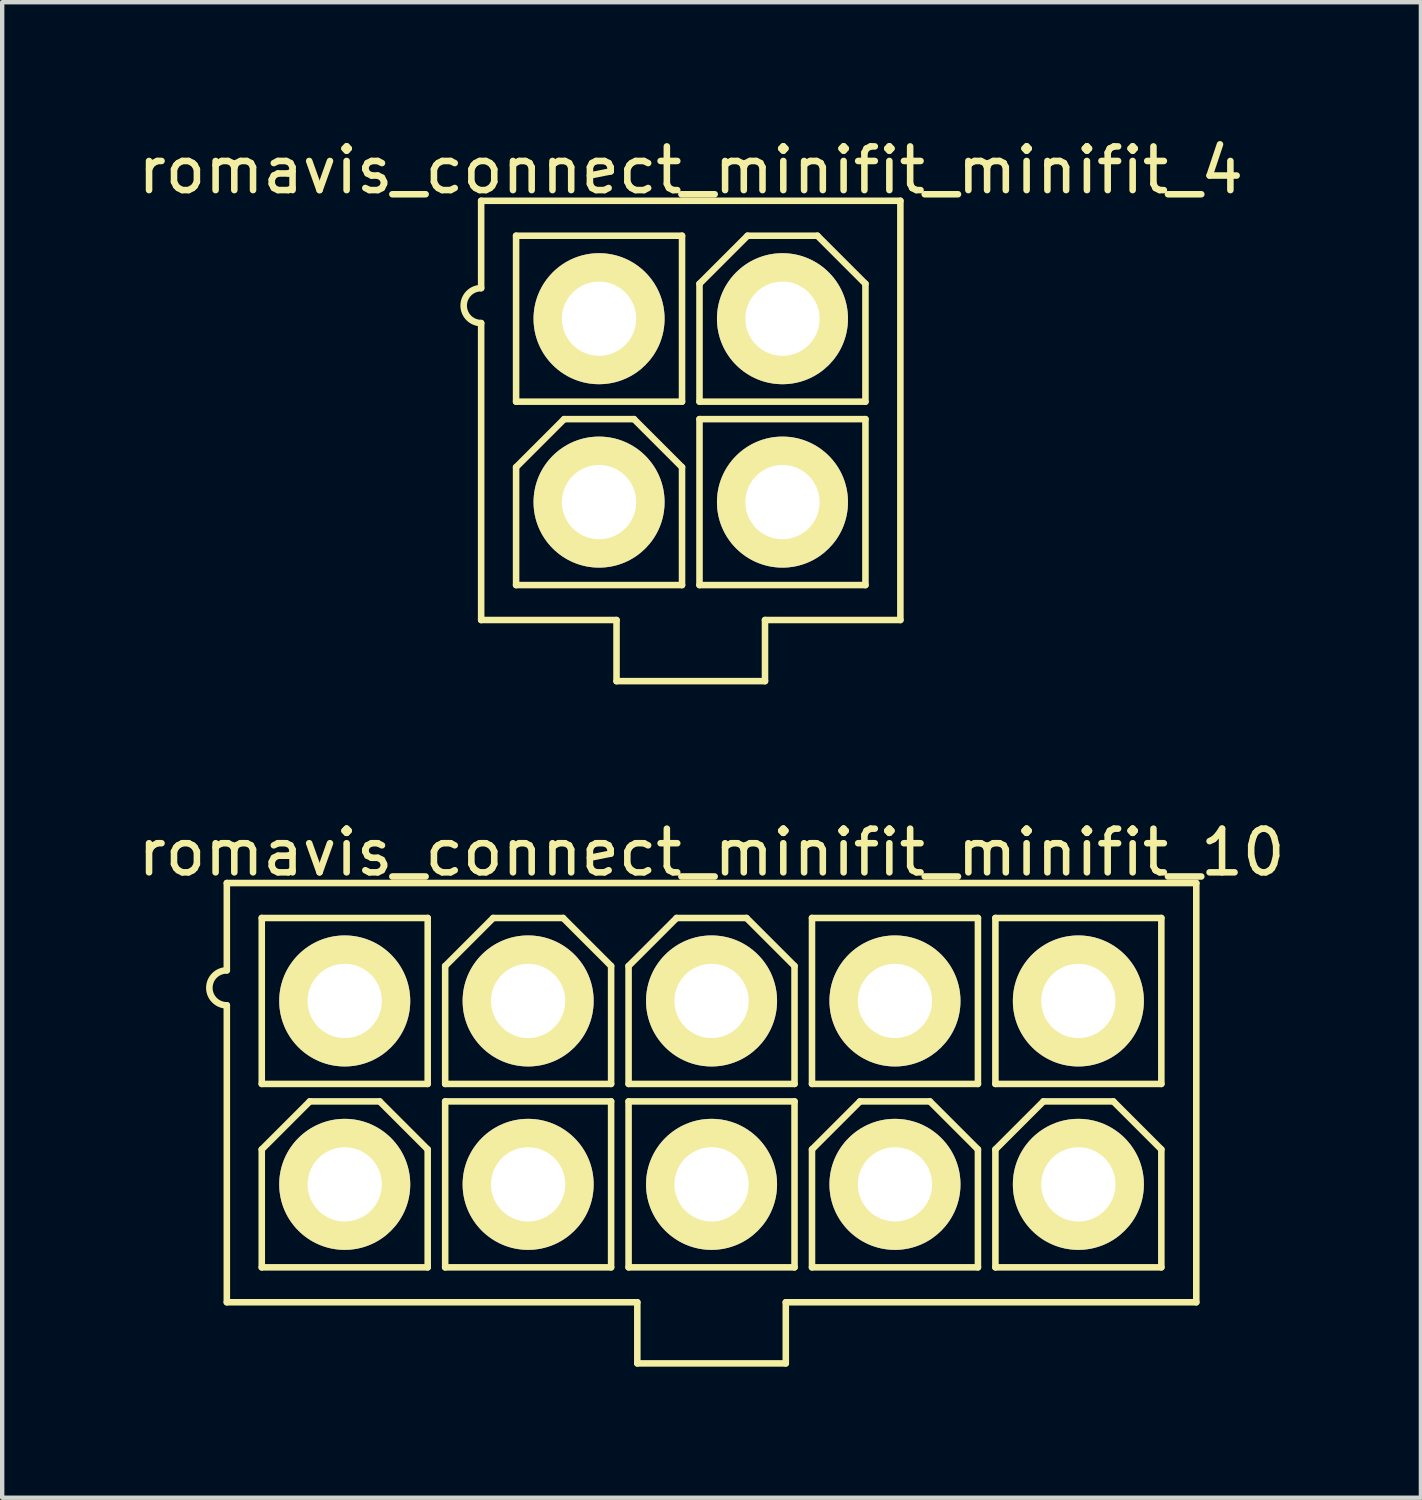
<source format=kicad_pcb>
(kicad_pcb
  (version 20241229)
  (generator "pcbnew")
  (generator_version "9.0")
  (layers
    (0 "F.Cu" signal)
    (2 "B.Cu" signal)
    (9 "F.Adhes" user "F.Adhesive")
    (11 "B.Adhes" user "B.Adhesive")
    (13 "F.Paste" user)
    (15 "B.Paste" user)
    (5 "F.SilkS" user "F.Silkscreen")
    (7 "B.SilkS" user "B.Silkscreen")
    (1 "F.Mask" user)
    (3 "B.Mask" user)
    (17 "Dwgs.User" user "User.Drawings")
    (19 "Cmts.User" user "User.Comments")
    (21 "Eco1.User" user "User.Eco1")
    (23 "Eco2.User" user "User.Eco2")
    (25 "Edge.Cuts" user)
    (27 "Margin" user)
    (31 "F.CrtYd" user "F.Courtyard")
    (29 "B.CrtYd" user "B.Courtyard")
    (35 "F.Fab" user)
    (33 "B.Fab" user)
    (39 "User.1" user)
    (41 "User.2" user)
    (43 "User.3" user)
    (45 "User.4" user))
  (footprint "romavis_connect_minifit_minifit_10"
    (layer "F.Cu")
    (at 13.244 21.971)
    (property "Reference" "romavis_connect_minifit_minifit_10" (at 0 -5.5 0) (layer "F.SilkS") (effects (font (size 1 1) (thickness 0.15))))
    (attr through_hole)
    (fp_line (start -11.1 -4.8) (end -11.1 -2.8) (stroke (width 0.15) (type solid)) (layer "F.SilkS"))
    (fp_line (start -11.1 -4.8) (end 11.1 -4.8) (stroke (width 0.15) (type solid)) (layer "F.SilkS"))
    (fp_line (start -11.1 -2) (end -11.1 4.8) (stroke (width 0.15) (type solid)) (layer "F.SilkS"))
    (fp_line (start -11.1 4.8) (end -1.7 4.8) (stroke (width 0.15) (type solid)) (layer "F.SilkS"))
    (fp_line (start -10.3 -4) (end -10.3 -0.2) (stroke (width 0.15) (type solid)) (layer "F.SilkS"))
    (fp_line (start -10.3 -0.2) (end -6.5 -0.2) (stroke (width 0.15) (type solid)) (layer "F.SilkS"))
    (fp_line (start -10.3 1.3) (end -10.3 4) (stroke (width 0.15) (type solid)) (layer "F.SilkS"))
    (fp_line (start -9.2 0.2) (end -10.3 1.3) (stroke (width 0.15) (type solid)) (layer "F.SilkS"))
    (fp_line (start -9.2 0.2) (end -7.6 0.2) (stroke (width 0.15) (type solid)) (layer "F.SilkS"))
    (fp_line (start -7.6 0.2) (end -6.5 1.3) (stroke (width 0.15) (type solid)) (layer "F.SilkS"))
    (fp_line (start -6.5 -4) (end -10.3 -4) (stroke (width 0.15) (type solid)) (layer "F.SilkS"))
    (fp_line (start -6.5 -0.2) (end -6.5 -4) (stroke (width 0.15) (type solid)) (layer "F.SilkS"))
    (fp_line (start -6.5 1.3) (end -6.5 4) (stroke (width 0.15) (type solid)) (layer "F.SilkS"))
    (fp_line (start -6.5 4) (end -10.3 4) (stroke (width 0.15) (type solid)) (layer "F.SilkS"))
    (fp_line (start -6.1 -2.9) (end -6.1 -0.2) (stroke (width 0.15) (type solid)) (layer "F.SilkS"))
    (fp_line (start -6.1 0.2) (end -6.1 4) (stroke (width 0.15) (type solid)) (layer "F.SilkS"))
    (fp_line (start -6.1 4) (end -2.3 4) (stroke (width 0.15) (type solid)) (layer "F.SilkS"))
    (fp_line (start -5 -4) (end -6.1 -2.9) (stroke (width 0.15) (type solid)) (layer "F.SilkS"))
    (fp_line (start -5 -4) (end -3.4 -4) (stroke (width 0.15) (type solid)) (layer "F.SilkS"))
    (fp_line (start -3.4 -4) (end -2.3 -2.9) (stroke (width 0.15) (type solid)) (layer "F.SilkS"))
    (fp_line (start -2.3 -2.9) (end -2.3 -0.2) (stroke (width 0.15) (type solid)) (layer "F.SilkS"))
    (fp_line (start -2.3 -0.2) (end -6.1 -0.2) (stroke (width 0.15) (type solid)) (layer "F.SilkS"))
    (fp_line (start -2.3 0.2) (end -6.1 0.2) (stroke (width 0.15) (type solid)) (layer "F.SilkS"))
    (fp_line (start -2.3 4) (end -2.3 0.2) (stroke (width 0.15) (type solid)) (layer "F.SilkS"))
    (fp_line (start -1.9 -2.9) (end -1.9 -0.2) (stroke (width 0.15) (type solid)) (layer "F.SilkS"))
    (fp_line (start -1.9 0.2) (end -1.9 4) (stroke (width 0.15) (type solid)) (layer "F.SilkS"))
    (fp_line (start -1.9 4) (end 1.9 4) (stroke (width 0.15) (type solid)) (layer "F.SilkS"))
    (fp_line (start -1.7 4.8) (end -1.7 6.2) (stroke (width 0.15) (type solid)) (layer "F.SilkS"))
    (fp_line (start -1.7 6.2) (end 1.7 6.2) (stroke (width 0.15) (type solid)) (layer "F.SilkS"))
    (fp_line (start -0.8 -4) (end -1.9 -2.9) (stroke (width 0.15) (type solid)) (layer "F.SilkS"))
    (fp_line (start -0.8 -4) (end 0.8 -4) (stroke (width 0.15) (type solid)) (layer "F.SilkS"))
    (fp_line (start 0.8 -4) (end 1.9 -2.9) (stroke (width 0.15) (type solid)) (layer "F.SilkS"))
    (fp_line (start 1.7 4.8) (end 11.1 4.8) (stroke (width 0.15) (type solid)) (layer "F.SilkS"))
    (fp_line (start 1.7 6.2) (end 1.7 4.8) (stroke (width 0.15) (type solid)) (layer "F.SilkS"))
    (fp_line (start 1.9 -2.9) (end 1.9 -0.2) (stroke (width 0.15) (type solid)) (layer "F.SilkS"))
    (fp_line (start 1.9 -0.2) (end -1.9 -0.2) (stroke (width 0.15) (type solid)) (layer "F.SilkS"))
    (fp_line (start 1.9 0.2) (end -1.9 0.2) (stroke (width 0.15) (type solid)) (layer "F.SilkS"))
    (fp_line (start 1.9 4) (end 1.9 0.2) (stroke (width 0.15) (type solid)) (layer "F.SilkS"))
    (fp_line (start 2.3 -4) (end 2.3 -0.2) (stroke (width 0.15) (type solid)) (layer "F.SilkS"))
    (fp_line (start 2.3 -0.2) (end 6.1 -0.2) (stroke (width 0.15) (type solid)) (layer "F.SilkS"))
    (fp_line (start 2.3 1.3) (end 2.3 4) (stroke (width 0.15) (type solid)) (layer "F.SilkS"))
    (fp_line (start 3.4 0.2) (end 2.3 1.3) (stroke (width 0.15) (type solid)) (layer "F.SilkS"))
    (fp_line (start 3.4 0.2) (end 5 0.2) (stroke (width 0.15) (type solid)) (layer "F.SilkS"))
    (fp_line (start 5 0.2) (end 6.1 1.3) (stroke (width 0.15) (type solid)) (layer "F.SilkS"))
    (fp_line (start 6.1 -4) (end 2.3 -4) (stroke (width 0.15) (type solid)) (layer "F.SilkS"))
    (fp_line (start 6.1 -0.2) (end 6.1 -4) (stroke (width 0.15) (type solid)) (layer "F.SilkS"))
    (fp_line (start 6.1 1.3) (end 6.1 4) (stroke (width 0.15) (type solid)) (layer "F.SilkS"))
    (fp_line (start 6.1 4) (end 2.3 4) (stroke (width 0.15) (type solid)) (layer "F.SilkS"))
    (fp_line (start 6.5 -4) (end 6.5 -0.2) (stroke (width 0.15) (type solid)) (layer "F.SilkS"))
    (fp_line (start 6.5 -0.2) (end 10.3 -0.2) (stroke (width 0.15) (type solid)) (layer "F.SilkS"))
    (fp_line (start 6.5 1.3) (end 6.5 4) (stroke (width 0.15) (type solid)) (layer "F.SilkS"))
    (fp_line (start 7.6 0.2) (end 6.5 1.3) (stroke (width 0.15) (type solid)) (layer "F.SilkS"))
    (fp_line (start 7.6 0.2) (end 9.2 0.2) (stroke (width 0.15) (type solid)) (layer "F.SilkS"))
    (fp_line (start 9.2 0.2) (end 10.3 1.3) (stroke (width 0.15) (type solid)) (layer "F.SilkS"))
    (fp_line (start 10.3 -4) (end 6.5 -4) (stroke (width 0.15) (type solid)) (layer "F.SilkS"))
    (fp_line (start 10.3 -0.2) (end 10.3 -4) (stroke (width 0.15) (type solid)) (layer "F.SilkS"))
    (fp_line (start 10.3 1.3) (end 10.3 4) (stroke (width 0.15) (type solid)) (layer "F.SilkS"))
    (fp_line (start 10.3 4) (end 6.5 4) (stroke (width 0.15) (type solid)) (layer "F.SilkS"))
    (fp_line (start 11.1 -4.8) (end 11.1 4.8) (stroke (width 0.15) (type solid)) (layer "F.SilkS"))
    (fp_arc (start -11.1 -2) (mid -11.5 -2.4) (end -11.1 -2.8) (stroke (width 0.15) (type solid)) (layer "F.SilkS"))
    (pad "1" thru_hole circle (at -8.4 -2.1) (size 3 3) (drill 1.7) (layers "*.Cu" "*.Mask" "F.SilkS"))
    (pad "2" thru_hole circle (at -4.2 -2.1) (size 3 3) (drill 1.7) (layers "*.Cu" "*.Mask" "F.SilkS"))
    (pad "3" thru_hole circle (at 0 -2.1) (size 3 3) (drill 1.7) (layers "*.Cu" "*.Mask" "F.SilkS"))
    (pad "4" thru_hole circle (at 4.2 -2.1) (size 3 3) (drill 1.7) (layers "*.Cu" "*.Mask" "F.SilkS"))
    (pad "5" thru_hole circle (at 8.4 -2.1) (size 3 3) (drill 1.7) (layers "*.Cu" "*.Mask" "F.SilkS"))
    (pad "6" thru_hole circle (at -8.4 2.1) (size 3 3) (drill 1.7) (layers "*.Cu" "*.Mask" "F.SilkS"))
    (pad "7" thru_hole circle (at -4.2 2.1) (size 3 3) (drill 1.7) (layers "*.Cu" "*.Mask" "F.SilkS"))
    (pad "8" thru_hole circle (at 0 2.1) (size 3 3) (drill 1.7) (layers "*.Cu" "*.Mask" "F.SilkS"))
    (pad "9" thru_hole circle (at 4.2 2.1) (size 3 3) (drill 1.7) (layers "*.Cu" "*.Mask" "F.SilkS"))
    (pad "10" thru_hole circle (at 8.4 2.1) (size 3 3) (drill 1.7) (layers "*.Cu" "*.Mask" "F.SilkS")))
  (footprint "romavis_connect_minifit_minifit_4"
    (layer "F.Cu")
    (at 12.768 6.348)
    (property "Reference" "romavis_connect_minifit_minifit_4" (at 0 -5.5 0) (layer "F.SilkS") (effects (font (size 1 1) (thickness 0.15))))
    (attr through_hole)
    (fp_line (start -4.8 -4.8) (end -4.8 -2.8) (stroke (width 0.15) (type solid)) (layer "F.SilkS"))
    (fp_line (start -4.8 -4.8) (end 4.8 -4.8) (stroke (width 0.15) (type solid)) (layer "F.SilkS"))
    (fp_line (start -4.8 -2) (end -4.8 4.8) (stroke (width 0.15) (type solid)) (layer "F.SilkS"))
    (fp_line (start -4.8 4.8) (end -1.7 4.8) (stroke (width 0.15) (type solid)) (layer "F.SilkS"))
    (fp_line (start -4 -4) (end -4 -0.2) (stroke (width 0.15) (type solid)) (layer "F.SilkS"))
    (fp_line (start -4 -0.2) (end -0.2 -0.2) (stroke (width 0.15) (type solid)) (layer "F.SilkS"))
    (fp_line (start -4 1.3) (end -4 4) (stroke (width 0.15) (type solid)) (layer "F.SilkS"))
    (fp_line (start -2.9 0.2) (end -4 1.3) (stroke (width 0.15) (type solid)) (layer "F.SilkS"))
    (fp_line (start -2.9 0.2) (end -1.3 0.2) (stroke (width 0.15) (type solid)) (layer "F.SilkS"))
    (fp_line (start -1.7 4.8) (end -1.7 6.2) (stroke (width 0.15) (type solid)) (layer "F.SilkS"))
    (fp_line (start -1.7 6.2) (end 1.7 6.2) (stroke (width 0.15) (type solid)) (layer "F.SilkS"))
    (fp_line (start -1.3 0.2) (end -0.2 1.3) (stroke (width 0.15) (type solid)) (layer "F.SilkS"))
    (fp_line (start -0.2 -4) (end -4 -4) (stroke (width 0.15) (type solid)) (layer "F.SilkS"))
    (fp_line (start -0.2 -0.2) (end -0.2 -4) (stroke (width 0.15) (type solid)) (layer "F.SilkS"))
    (fp_line (start -0.2 1.3) (end -0.2 4) (stroke (width 0.15) (type solid)) (layer "F.SilkS"))
    (fp_line (start -0.2 4) (end -4 4) (stroke (width 0.15) (type solid)) (layer "F.SilkS"))
    (fp_line (start 0.2 -2.9) (end 0.2 -0.2) (stroke (width 0.15) (type solid)) (layer "F.SilkS"))
    (fp_line (start 0.2 0.2) (end 0.2 4) (stroke (width 0.15) (type solid)) (layer "F.SilkS"))
    (fp_line (start 0.2 4) (end 4 4) (stroke (width 0.15) (type solid)) (layer "F.SilkS"))
    (fp_line (start 1.3 -4) (end 0.2 -2.9) (stroke (width 0.15) (type solid)) (layer "F.SilkS"))
    (fp_line (start 1.3 -4) (end 2.9 -4) (stroke (width 0.15) (type solid)) (layer "F.SilkS"))
    (fp_line (start 1.7 4.8) (end 4.8 4.8) (stroke (width 0.15) (type solid)) (layer "F.SilkS"))
    (fp_line (start 1.7 6.2) (end 1.7 4.8) (stroke (width 0.15) (type solid)) (layer "F.SilkS"))
    (fp_line (start 2.9 -4) (end 4 -2.9) (stroke (width 0.15) (type solid)) (layer "F.SilkS"))
    (fp_line (start 4 -2.9) (end 4 -0.2) (stroke (width 0.15) (type solid)) (layer "F.SilkS"))
    (fp_line (start 4 -0.2) (end 0.2 -0.2) (stroke (width 0.15) (type solid)) (layer "F.SilkS"))
    (fp_line (start 4 0.2) (end 0.2 0.2) (stroke (width 0.15) (type solid)) (layer "F.SilkS"))
    (fp_line (start 4 4) (end 4 0.2) (stroke (width 0.15) (type solid)) (layer "F.SilkS"))
    (fp_line (start 4.8 -4.8) (end 4.8 4.8) (stroke (width 0.15) (type solid)) (layer "F.SilkS"))
    (fp_arc (start -4.8 -2) (mid -5.2 -2.4) (end -4.8 -2.8) (stroke (width 0.15) (type solid)) (layer "F.SilkS"))
    (pad "1" thru_hole circle (at -2.1 -2.1) (size 3 3) (drill 1.7) (layers "*.Cu" "*.Mask" "F.SilkS"))
    (pad "2" thru_hole circle (at 2.1 -2.1) (size 3 3) (drill 1.7) (layers "*.Cu" "*.Mask" "F.SilkS"))
    (pad "3" thru_hole circle (at -2.1 2.1) (size 3 3) (drill 1.7) (layers "*.Cu" "*.Mask" "F.SilkS"))
    (pad "4" thru_hole circle (at 2.1 2.1) (size 3 3) (drill 1.7) (layers "*.Cu" "*.Mask" "F.SilkS")))
  (gr_rect
    (start -3 -3)
    (end 29.488 31.247)
    (stroke (width 0.1) (type default))
    (fill no)
    (layer "Edge.Cuts")))
</source>
